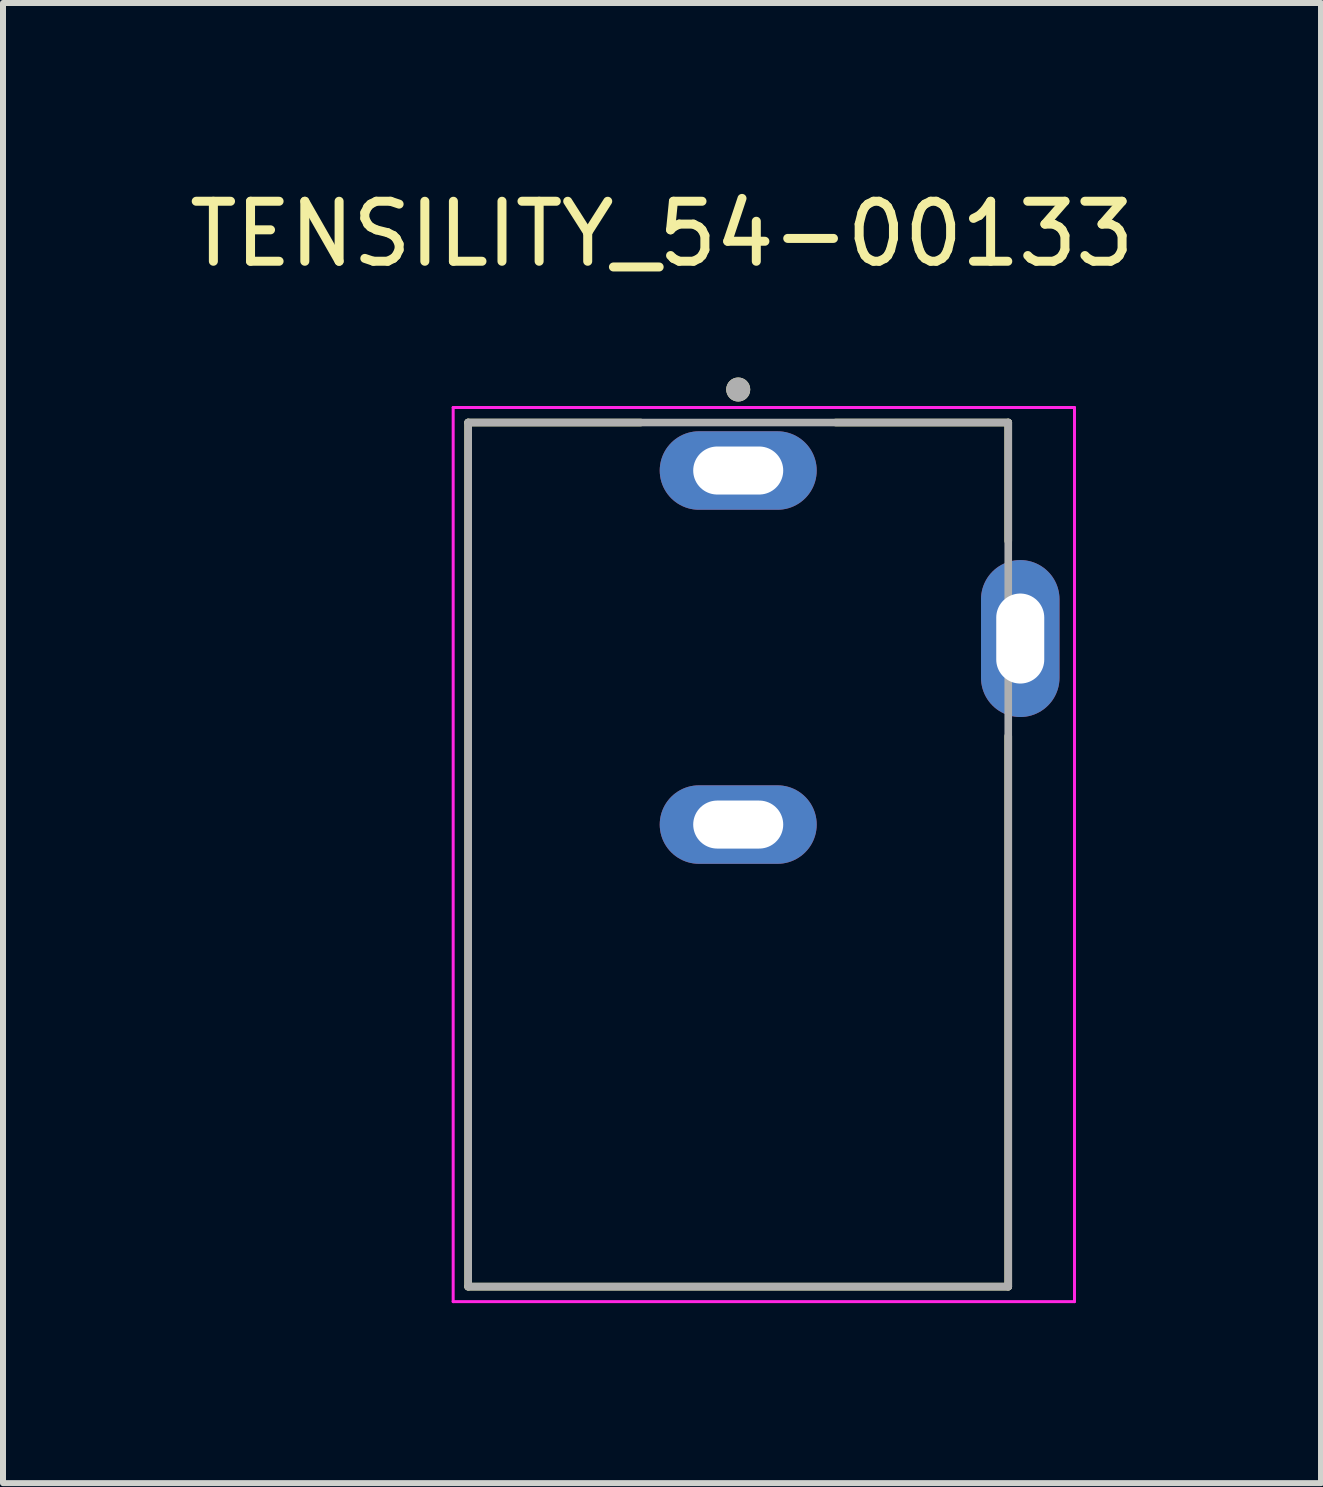
<source format=kicad_pcb>
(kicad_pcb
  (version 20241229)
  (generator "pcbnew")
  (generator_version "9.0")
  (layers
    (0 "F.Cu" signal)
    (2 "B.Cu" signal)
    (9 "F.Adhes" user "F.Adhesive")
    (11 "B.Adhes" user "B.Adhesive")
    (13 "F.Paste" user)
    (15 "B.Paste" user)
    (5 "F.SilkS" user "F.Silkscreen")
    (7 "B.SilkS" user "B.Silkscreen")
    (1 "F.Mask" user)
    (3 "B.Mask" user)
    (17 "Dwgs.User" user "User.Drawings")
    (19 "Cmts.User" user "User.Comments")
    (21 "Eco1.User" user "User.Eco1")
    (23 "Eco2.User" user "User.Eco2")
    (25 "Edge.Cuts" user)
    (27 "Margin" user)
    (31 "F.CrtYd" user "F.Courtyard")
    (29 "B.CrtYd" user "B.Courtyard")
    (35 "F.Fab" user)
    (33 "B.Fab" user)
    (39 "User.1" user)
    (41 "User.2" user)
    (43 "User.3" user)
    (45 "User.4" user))
  (footprint "TENSILITY_54-00133"
    (layer "F.Cu")
    (at 9.252 10.691)
    (property "Reference" "TENSILITY_54-00133" (at -1.27 -9.842 0) (layer "F.SilkS") (effects (font (size 1 1) (thickness 0.15))))
    (attr through_hole)
    (fp_line (start -4.5 -6.7) (end -1.625 -6.7) (stroke (width 0.127) (type solid)) (layer "F.SilkS"))
    (fp_line (start -4.5 7.7) (end -4.5 -6.7) (stroke (width 0.127) (type solid)) (layer "F.SilkS"))
    (fp_line (start 1.625 -6.7) (end 4.5 -6.7) (stroke (width 0.127) (type solid)) (layer "F.SilkS"))
    (fp_line (start 4.5 -6.7) (end 4.5 -4.725) (stroke (width 0.127) (type solid)) (layer "F.SilkS"))
    (fp_line (start 4.5 7.7) (end -4.5 7.7) (stroke (width 0.127) (type solid)) (layer "F.SilkS"))
    (fp_line (start 4.5 7.7) (end 4.5 -1.475) (stroke (width 0.127) (type solid)) (layer "F.SilkS"))
    (fp_circle (center 0 -7.25) (end 0.1 -7.25) (stroke (width 0.2) (type solid)) (fill no) (layer "F.SilkS"))
    (fp_line (start -4.75 -6.95) (end -4.75 7.95) (stroke (width 0.05) (type solid)) (layer "F.CrtYd"))
    (fp_line (start -4.75 7.95) (end 5.604 7.95) (stroke (width 0.05) (type solid)) (layer "F.CrtYd"))
    (fp_line (start 5.604 -6.95) (end -4.75 -6.95) (stroke (width 0.05) (type solid)) (layer "F.CrtYd"))
    (fp_line (start 5.604 7.95) (end 5.604 -6.95) (stroke (width 0.05) (type solid)) (layer "F.CrtYd"))
    (fp_line (start -4.5 -6.7) (end 4.5 -6.7) (stroke (width 0.127) (type solid)) (layer "F.Fab"))
    (fp_line (start -4.5 7.7) (end -4.5 -6.7) (stroke (width 0.127) (type solid)) (layer "F.Fab"))
    (fp_line (start 4.5 -6.7) (end 4.5 7.7) (stroke (width 0.127) (type solid)) (layer "F.Fab"))
    (fp_line (start 4.5 7.7) (end -4.5 7.7) (stroke (width 0.127) (type solid)) (layer "F.Fab"))
    (fp_circle (center 0 -7.25) (end 0.1 -7.25) (stroke (width 0.2) (type solid)) (fill no) (layer "F.Fab"))
    (pad "A" thru_hole oval (at 0 -5.9) (size 2.616 1.308) (drill oval 1.5 0.8) (layers "*.Cu" "*.Mask"))
    (pad "B" thru_hole oval (at 0 0) (size 2.616 1.308) (drill oval 1.5 0.8) (layers "*.Cu" "*.Mask"))
    (pad "C" thru_hole oval (at 4.7 -3.1) (size 1.308 2.616) (drill oval 0.8 1.5) (layers "*.Cu" "*.Mask")))
  (gr_rect
    (start -3 -3)
    (end 18.964 21.666)
    (stroke (width 0.1) (type default))
    (fill no)
    (layer "Edge.Cuts")))
</source>
